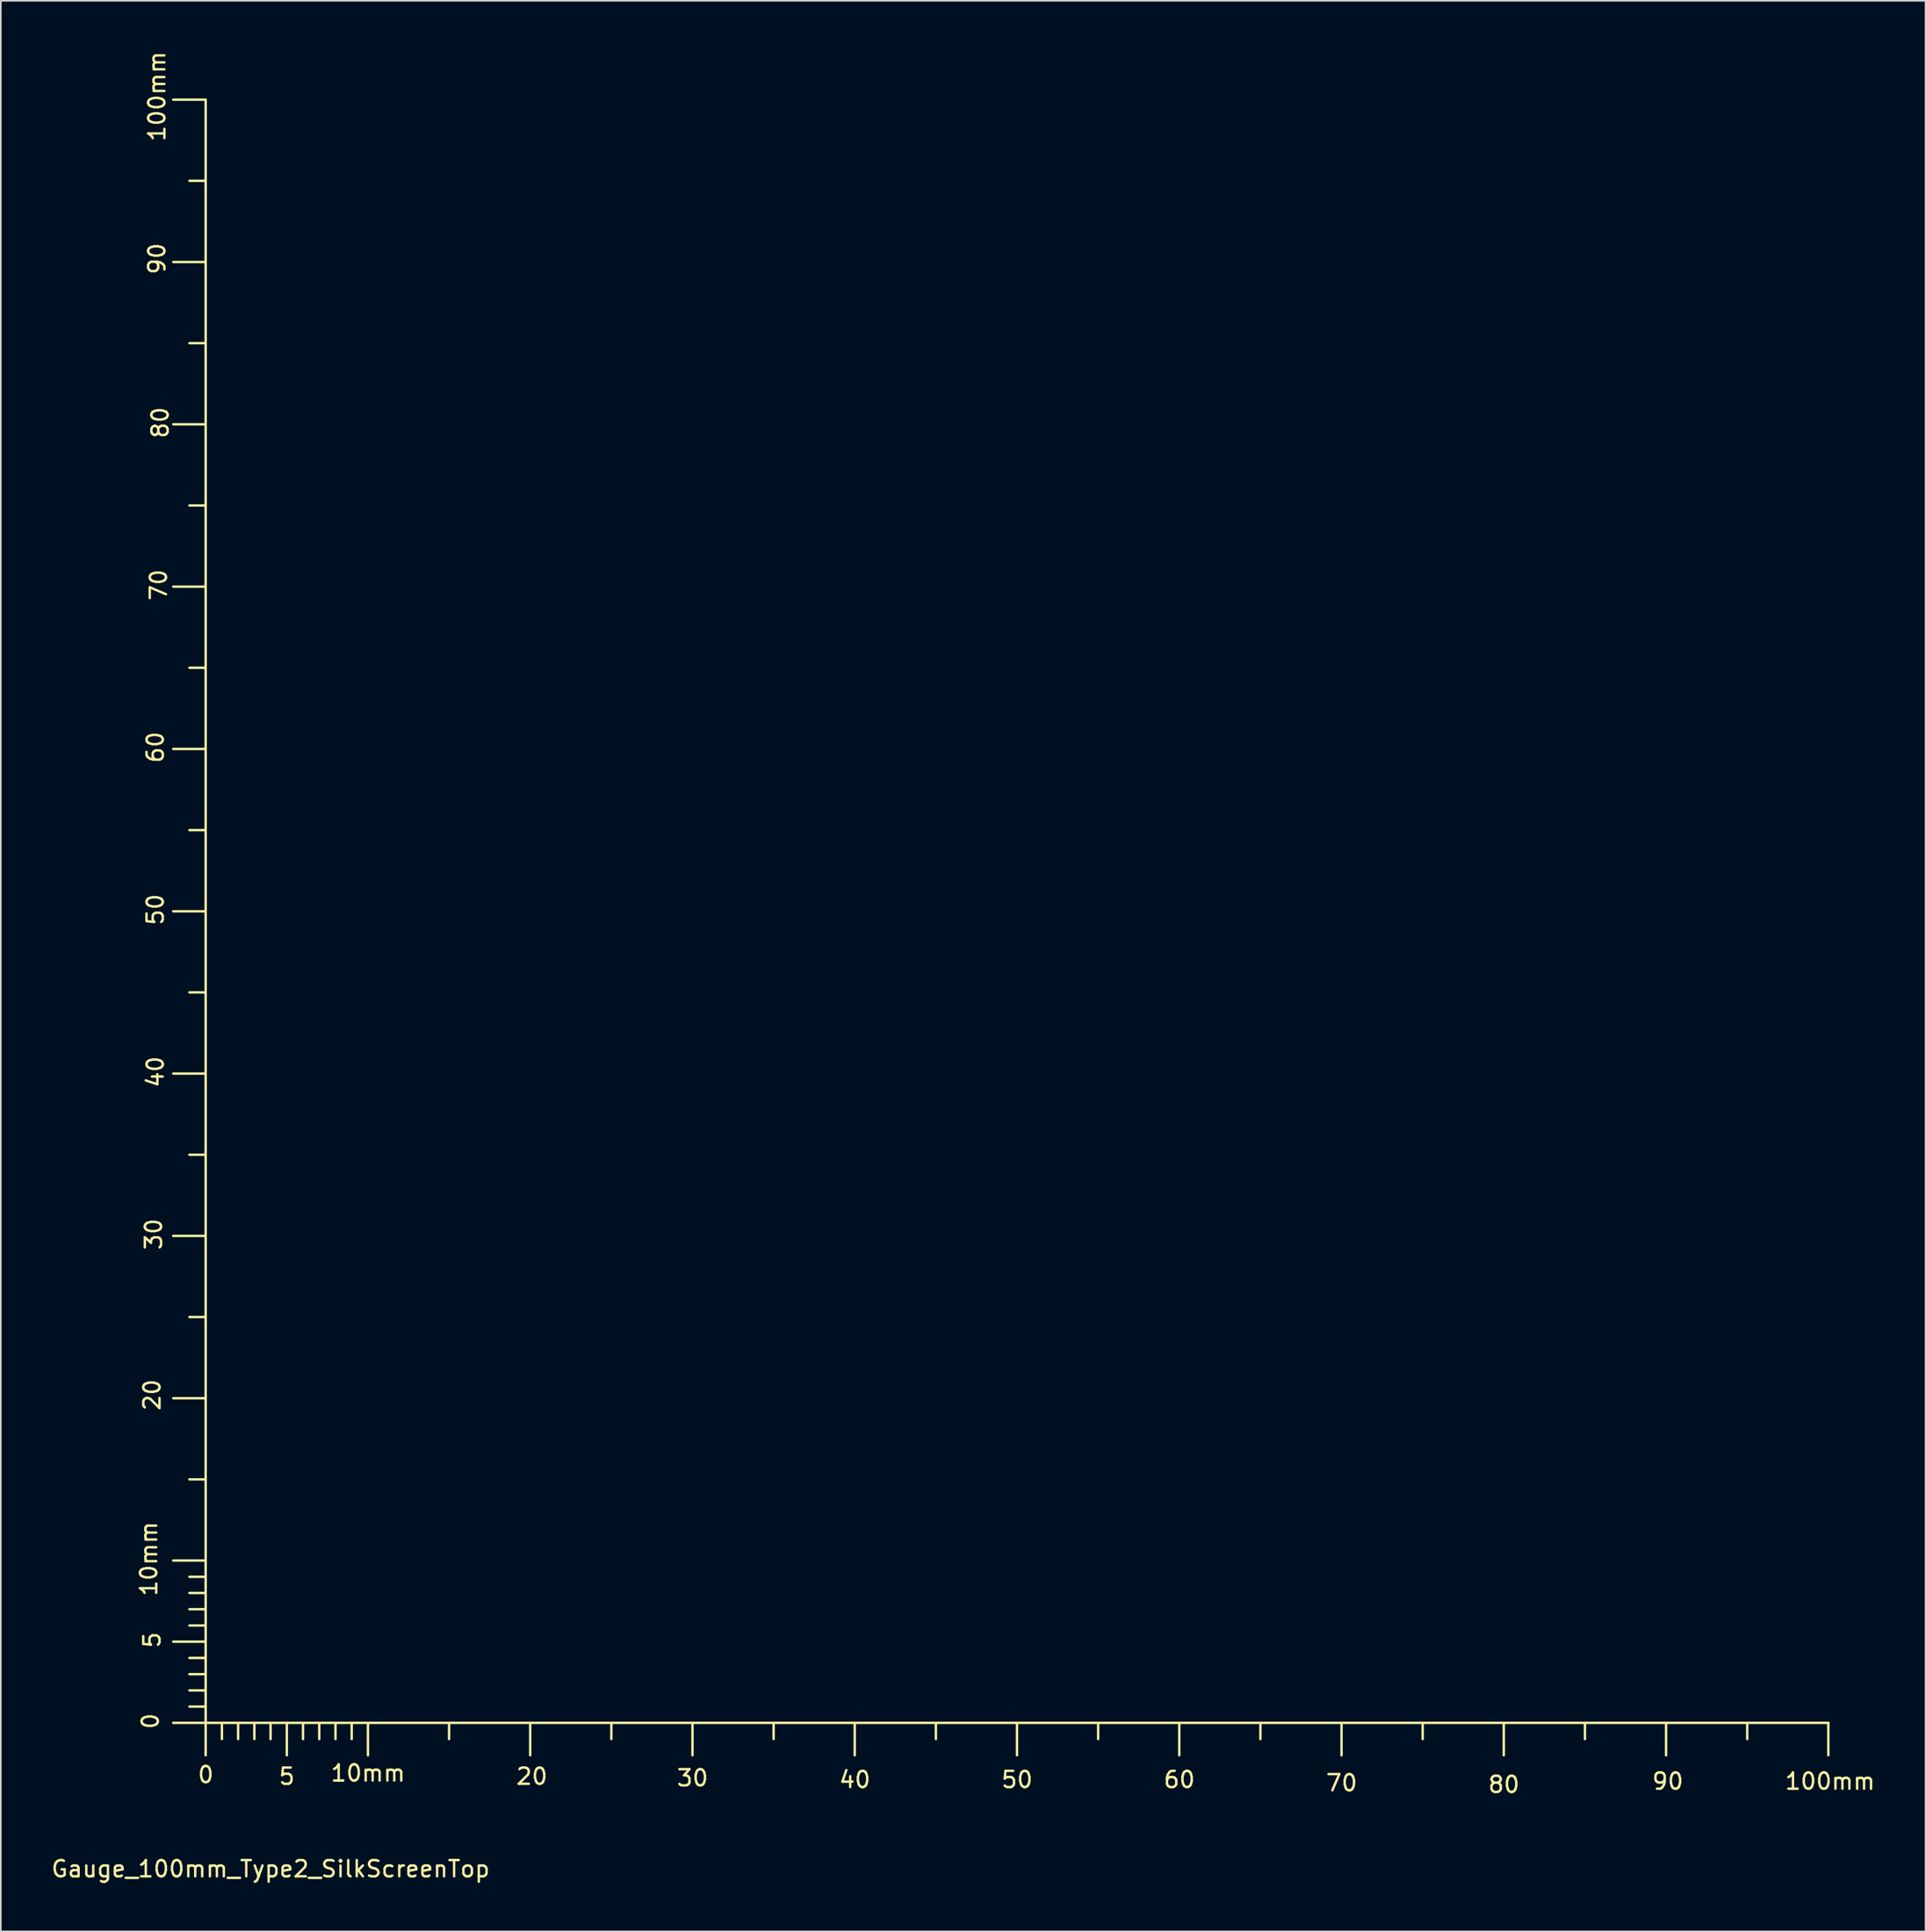
<source format=kicad_pcb>
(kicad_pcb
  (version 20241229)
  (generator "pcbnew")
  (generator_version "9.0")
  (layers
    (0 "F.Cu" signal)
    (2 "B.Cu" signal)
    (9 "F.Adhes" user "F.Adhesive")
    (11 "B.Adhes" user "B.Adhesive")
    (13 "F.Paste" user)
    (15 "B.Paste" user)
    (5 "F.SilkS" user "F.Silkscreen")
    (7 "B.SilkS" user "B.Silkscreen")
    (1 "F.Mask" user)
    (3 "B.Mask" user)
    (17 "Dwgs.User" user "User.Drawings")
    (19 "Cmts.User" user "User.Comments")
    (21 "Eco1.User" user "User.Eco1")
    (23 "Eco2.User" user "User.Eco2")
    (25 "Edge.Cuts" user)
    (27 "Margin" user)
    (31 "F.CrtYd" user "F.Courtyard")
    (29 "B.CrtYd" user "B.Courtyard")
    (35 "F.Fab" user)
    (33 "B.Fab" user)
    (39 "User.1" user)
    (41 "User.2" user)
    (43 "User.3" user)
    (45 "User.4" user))
  (footprint "Gauge_100mm_Type2_SilkScreenTop"
    (layer "F.Cu")
    (at 9.625 103.092)
    (property "Reference" "Gauge_100mm_Type2_SilkScreenTop" (at 4 8.999 0) (layer "F.SilkS") (effects (font (size 1 1) (thickness 0.15))))
    (attr through_hole)
    (fp_line (start 0 -100) (end -1.999 -100) (stroke (width 0.15) (type solid)) (layer "F.SilkS"))
    (fp_line (start 0 -95.001) (end -1.001 -95.001) (stroke (width 0.15) (type solid)) (layer "F.SilkS"))
    (fp_line (start 0 -90) (end -1.999 -90) (stroke (width 0.15) (type solid)) (layer "F.SilkS"))
    (fp_line (start 0 -85.001) (end -1.001 -85.001) (stroke (width 0.15) (type solid)) (layer "F.SilkS"))
    (fp_line (start 0 -80) (end -1.999 -80) (stroke (width 0.15) (type solid)) (layer "F.SilkS"))
    (fp_line (start 0 -75.001) (end -1.001 -75.001) (stroke (width 0.15) (type solid)) (layer "F.SilkS"))
    (fp_line (start 0 -70) (end -1.999 -70) (stroke (width 0.15) (type solid)) (layer "F.SilkS"))
    (fp_line (start 0 -65.001) (end -1.001 -65.001) (stroke (width 0.15) (type solid)) (layer "F.SilkS"))
    (fp_line (start 0 -60) (end -1.999 -60) (stroke (width 0.15) (type solid)) (layer "F.SilkS"))
    (fp_line (start 0 -55.001) (end -1.001 -55.001) (stroke (width 0.15) (type solid)) (layer "F.SilkS"))
    (fp_line (start 0 -50) (end -1.999 -50) (stroke (width 0.15) (type solid)) (layer "F.SilkS"))
    (fp_line (start 0 -45.001) (end -1.001 -45.001) (stroke (width 0.15) (type solid)) (layer "F.SilkS"))
    (fp_line (start 0 -40) (end -1.999 -40) (stroke (width 0.15) (type solid)) (layer "F.SilkS"))
    (fp_line (start 0 -35.001) (end -1.001 -35.001) (stroke (width 0.15) (type solid)) (layer "F.SilkS"))
    (fp_line (start 0 -30) (end -1.999 -30) (stroke (width 0.15) (type solid)) (layer "F.SilkS"))
    (fp_line (start 0 -25.001) (end -1.001 -25.001) (stroke (width 0.15) (type solid)) (layer "F.SilkS"))
    (fp_line (start 0 -20) (end -1.999 -20) (stroke (width 0.15) (type solid)) (layer "F.SilkS"))
    (fp_line (start 0 -15.001) (end -1.001 -15.001) (stroke (width 0.15) (type solid)) (layer "F.SilkS"))
    (fp_line (start 0 -10) (end -1.999 -10) (stroke (width 0.15) (type solid)) (layer "F.SilkS"))
    (fp_line (start 0 -8.999) (end -1.001 -8.999) (stroke (width 0.15) (type solid)) (layer "F.SilkS"))
    (fp_line (start 0 -8.001) (end -1.001 -8.001) (stroke (width 0.15) (type solid)) (layer "F.SilkS"))
    (fp_line (start 0 -7) (end -1.001 -7) (stroke (width 0.15) (type solid)) (layer "F.SilkS"))
    (fp_line (start 0 -5.999) (end -1.001 -5.999) (stroke (width 0.15) (type solid)) (layer "F.SilkS"))
    (fp_line (start 0 -5.001) (end -1.999 -5.001) (stroke (width 0.15) (type solid)) (layer "F.SilkS"))
    (fp_line (start 0 -4) (end -1.001 -4) (stroke (width 0.15) (type solid)) (layer "F.SilkS"))
    (fp_line (start 0 -3) (end -1.001 -3) (stroke (width 0.15) (type solid)) (layer "F.SilkS"))
    (fp_line (start 0 -1.999) (end -1.001 -1.999) (stroke (width 0.15) (type solid)) (layer "F.SilkS"))
    (fp_line (start 0 -1.001) (end -1.001 -1.001) (stroke (width 0.15) (type solid)) (layer "F.SilkS"))
    (fp_line (start 0 0) (end -1.999 0) (stroke (width 0.15) (type solid)) (layer "F.SilkS"))
    (fp_line (start 0 0) (end 0 -100) (stroke (width 0.15) (type solid)) (layer "F.SilkS"))
    (fp_line (start 0 0) (end 0 1.999) (stroke (width 0.15) (type solid)) (layer "F.SilkS"))
    (fp_line (start 0 0) (end 10 0) (stroke (width 0.15) (type solid)) (layer "F.SilkS"))
    (fp_line (start 1.001 0) (end 1.001 1.001) (stroke (width 0.15) (type solid)) (layer "F.SilkS"))
    (fp_line (start 1.999 0) (end 1.999 1.001) (stroke (width 0.15) (type solid)) (layer "F.SilkS"))
    (fp_line (start 3 0) (end 3 1.001) (stroke (width 0.15) (type solid)) (layer "F.SilkS"))
    (fp_line (start 4 0) (end 4 1.001) (stroke (width 0.15) (type solid)) (layer "F.SilkS"))
    (fp_line (start 5.001 0) (end 5.001 1.999) (stroke (width 0.15) (type solid)) (layer "F.SilkS"))
    (fp_line (start 5.999 0) (end 5.999 1.001) (stroke (width 0.15) (type solid)) (layer "F.SilkS"))
    (fp_line (start 7 0) (end 7 1.001) (stroke (width 0.15) (type solid)) (layer "F.SilkS"))
    (fp_line (start 8.001 0) (end 8.001 1.001) (stroke (width 0.15) (type solid)) (layer "F.SilkS"))
    (fp_line (start 8.999 0) (end 8.999 1.001) (stroke (width 0.15) (type solid)) (layer "F.SilkS"))
    (fp_line (start 10 0) (end 10 1.999) (stroke (width 0.15) (type solid)) (layer "F.SilkS"))
    (fp_line (start 10 0) (end 100 0) (stroke (width 0.15) (type solid)) (layer "F.SilkS"))
    (fp_line (start 15.001 0) (end 15.001 1.001) (stroke (width 0.15) (type solid)) (layer "F.SilkS"))
    (fp_line (start 20 0) (end 20 1.999) (stroke (width 0.15) (type solid)) (layer "F.SilkS"))
    (fp_line (start 25.001 0) (end 25.001 1.001) (stroke (width 0.15) (type solid)) (layer "F.SilkS"))
    (fp_line (start 30 0) (end 30 1.999) (stroke (width 0.15) (type solid)) (layer "F.SilkS"))
    (fp_line (start 35.001 0) (end 35.001 1.001) (stroke (width 0.15) (type solid)) (layer "F.SilkS"))
    (fp_line (start 40 0) (end 40 1.999) (stroke (width 0.15) (type solid)) (layer "F.SilkS"))
    (fp_line (start 45.001 0) (end 45.001 1.001) (stroke (width 0.15) (type solid)) (layer "F.SilkS"))
    (fp_line (start 50 0) (end 50 1.999) (stroke (width 0.15) (type solid)) (layer "F.SilkS"))
    (fp_line (start 55.001 0) (end 55.001 1.001) (stroke (width 0.15) (type solid)) (layer "F.SilkS"))
    (fp_line (start 60 0) (end 60 1.999) (stroke (width 0.15) (type solid)) (layer "F.SilkS"))
    (fp_line (start 65.001 0) (end 65.001 1.001) (stroke (width 0.15) (type solid)) (layer "F.SilkS"))
    (fp_line (start 70 0) (end 70 1.999) (stroke (width 0.15) (type solid)) (layer "F.SilkS"))
    (fp_line (start 75.001 0) (end 75.001 1.001) (stroke (width 0.15) (type solid)) (layer "F.SilkS"))
    (fp_line (start 80 0) (end 80 1.999) (stroke (width 0.15) (type solid)) (layer "F.SilkS"))
    (fp_line (start 85.001 0) (end 85.001 1.001) (stroke (width 0.15) (type solid)) (layer "F.SilkS"))
    (fp_line (start 90 0) (end 90 1.999) (stroke (width 0.15) (type solid)) (layer "F.SilkS"))
    (fp_line (start 95.001 0) (end 95.001 1.001) (stroke (width 0.15) (type solid)) (layer "F.SilkS"))
    (fp_line (start 100 0) (end 100 1.999) (stroke (width 0.15) (type solid)) (layer "F.SilkS"))
    (fp_text user "80" (at -2.802 -80.104 90) (layer "F.SilkS") (effects (font (size 1 1) (thickness 0.15))))
    (fp_text user "0" (at 0.005 3.198 0) (layer "F.SilkS") (effects (font (size 1 1) (thickness 0.15))))
    (fp_text user "10mm" (at 10.005 3.099 0) (layer "F.SilkS") (effects (font (size 1 1) (thickness 0.15))))
    (fp_text user "100mm" (at -3 -100.206 90) (layer "F.SilkS") (effects (font (size 1 1) (thickness 0.15))))
    (fp_text user "40" (at 40.005 3.5 0) (layer "F.SilkS") (effects (font (size 1 1) (thickness 0.15))))
    (fp_text user "100mm" (at 100.106 3.602 0) (layer "F.SilkS") (effects (font (size 1 1) (thickness 0.15))))
    (fp_text user "20" (at 20.104 3.299 0) (layer "F.SilkS") (effects (font (size 1 1) (thickness 0.15))))
    (fp_text user "30" (at -3.203 -30.104 90) (layer "F.SilkS") (effects (font (size 1 1) (thickness 0.15))))
    (fp_text user "80" (at 80.005 3.8 0) (layer "F.SilkS") (effects (font (size 1 1) (thickness 0.15))))
    (fp_text user "60" (at -3.101 -60.104 90) (layer "F.SilkS") (effects (font (size 1 1) (thickness 0.15))))
    (fp_text user "5" (at 5.004 3.299 0) (layer "F.SilkS") (effects (font (size 1 1) (thickness 0.15))))
    (fp_text user "70" (at 70.005 3.701 0) (layer "F.SilkS") (effects (font (size 1 1) (thickness 0.15))))
    (fp_text user "0" (at -3.404 -0.104 90) (layer "F.SilkS") (effects (font (size 1 1) (thickness 0.15))))
    (fp_text user "20" (at -3.302 -20.203 90) (layer "F.SilkS") (effects (font (size 1 1) (thickness 0.15))))
    (fp_text user "30" (at 30.005 3.399 0) (layer "F.SilkS") (effects (font (size 1 1) (thickness 0.15))))
    (fp_text user "5" (at -3.302 -5.103 90) (layer "F.SilkS") (effects (font (size 1 1) (thickness 0.15))))
    (fp_text user "90" (at 90.106 3.602 0) (layer "F.SilkS") (effects (font (size 1 1) (thickness 0.15))))
    (fp_text user "40" (at -3.101 -40.104 90) (layer "F.SilkS") (effects (font (size 1 1) (thickness 0.15))))
    (fp_text user "10mm" (at -3.503 -10.104 90) (layer "F.SilkS") (effects (font (size 1 1) (thickness 0.15))))
    (fp_text user "90" (at -3 -90.206 90) (layer "F.SilkS") (effects (font (size 1 1) (thickness 0.15))))
    (fp_text user "60" (at 60.005 3.5 0) (layer "F.SilkS") (effects (font (size 1 1) (thickness 0.15))))
    (fp_text user "50" (at 50.005 3.5 0) (layer "F.SilkS") (effects (font (size 1 1) (thickness 0.15))))
    (fp_text user "70" (at -2.901 -70.104 90) (layer "F.SilkS") (effects (font (size 1 1) (thickness 0.15))))
    (fp_text user "50" (at -3.101 -50.104 90) (layer "F.SilkS") (effects (font (size 1 1) (thickness 0.15)))))
  (gr_rect
    (start -3 -3)
    (end 115.618 115.94)
    (stroke (width 0.1) (type default))
    (fill no)
    (layer "Edge.Cuts")))
</source>
